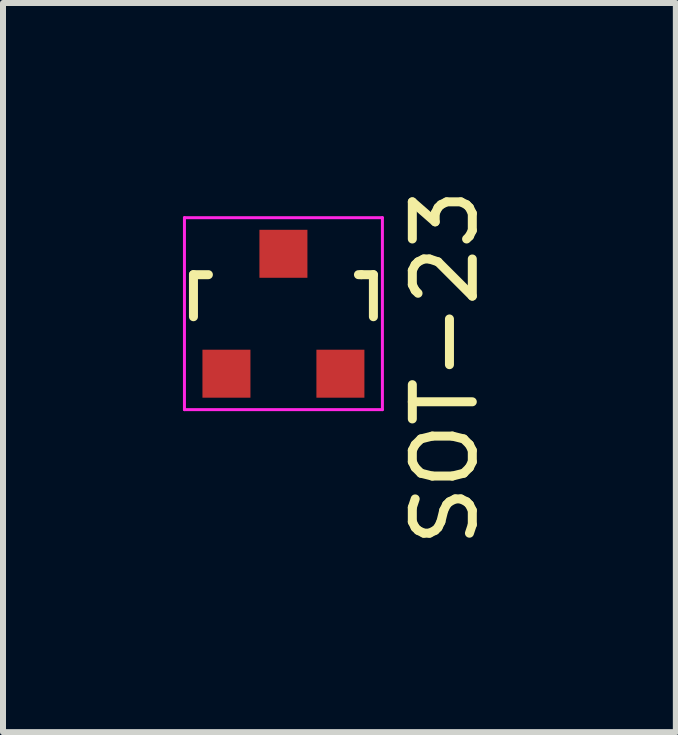
<source format=kicad_pcb>
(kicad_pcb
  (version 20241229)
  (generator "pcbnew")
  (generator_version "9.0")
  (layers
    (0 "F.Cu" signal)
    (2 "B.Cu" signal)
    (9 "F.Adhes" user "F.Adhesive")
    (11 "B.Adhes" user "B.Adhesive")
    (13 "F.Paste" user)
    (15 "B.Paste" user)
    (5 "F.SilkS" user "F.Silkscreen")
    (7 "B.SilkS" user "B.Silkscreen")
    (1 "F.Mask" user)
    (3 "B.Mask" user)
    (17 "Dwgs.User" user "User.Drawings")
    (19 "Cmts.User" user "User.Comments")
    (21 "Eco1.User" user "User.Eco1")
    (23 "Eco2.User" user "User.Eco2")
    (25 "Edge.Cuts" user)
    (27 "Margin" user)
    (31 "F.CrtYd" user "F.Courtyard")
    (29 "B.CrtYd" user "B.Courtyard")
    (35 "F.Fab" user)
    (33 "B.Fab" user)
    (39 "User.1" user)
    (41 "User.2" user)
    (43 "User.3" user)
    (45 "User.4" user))
  (footprint "SOT-23"
    (layer "F.Cu")
    (at 1.675 2.179)
    (property "Reference" "SOT-23" (at 2.694 0.898 90) (layer "F.SilkS") (effects (font (size 1 1) (thickness 0.15))))
    (attr smd)
    (fp_line (start -1.5 -0.65) (end -1.251 -0.65) (stroke (width 0.15) (type solid)) (layer "F.SilkS"))
    (fp_line (start -1.5 0.051) (end -1.5 -0.65) (stroke (width 0.15) (type solid)) (layer "F.SilkS"))
    (fp_line (start 1.299 -0.65) (end 1.251 -0.65) (stroke (width 0.15) (type solid)) (layer "F.SilkS"))
    (fp_line (start 1.299 -0.65) (end 1.5 -0.65) (stroke (width 0.15) (type solid)) (layer "F.SilkS"))
    (fp_line (start 1.5 -0.65) (end 1.5 0.051) (stroke (width 0.15) (type solid)) (layer "F.SilkS"))
    (fp_line (start -1.65 -1.6) (end 1.65 -1.6) (stroke (width 0.05) (type solid)) (layer "F.CrtYd"))
    (fp_line (start -1.65 1.6) (end -1.65 -1.6) (stroke (width 0.05) (type solid)) (layer "F.CrtYd"))
    (fp_line (start 1.65 -1.6) (end 1.65 1.6) (stroke (width 0.05) (type solid)) (layer "F.CrtYd"))
    (fp_line (start 1.65 1.6) (end -1.65 1.6) (stroke (width 0.05) (type solid)) (layer "F.CrtYd"))
    (pad "1" smd rect (at -0.95 1.001) (size 0.8 0.8) (layers "F.Cu" "F.Mask" "F.Paste"))
    (pad "2" smd rect (at 0 -0.998) (size 0.8 0.8) (layers "F.Cu" "F.Mask" "F.Paste"))
    (pad "3" smd rect (at 0.95 1.001) (size 0.8 0.8) (layers "F.Cu" "F.Mask" "F.Paste")))
  (gr_rect
    (start -3 -3)
    (end 8.217 9.155)
    (stroke (width 0.1) (type default))
    (fill no)
    (layer "Edge.Cuts")))
</source>
